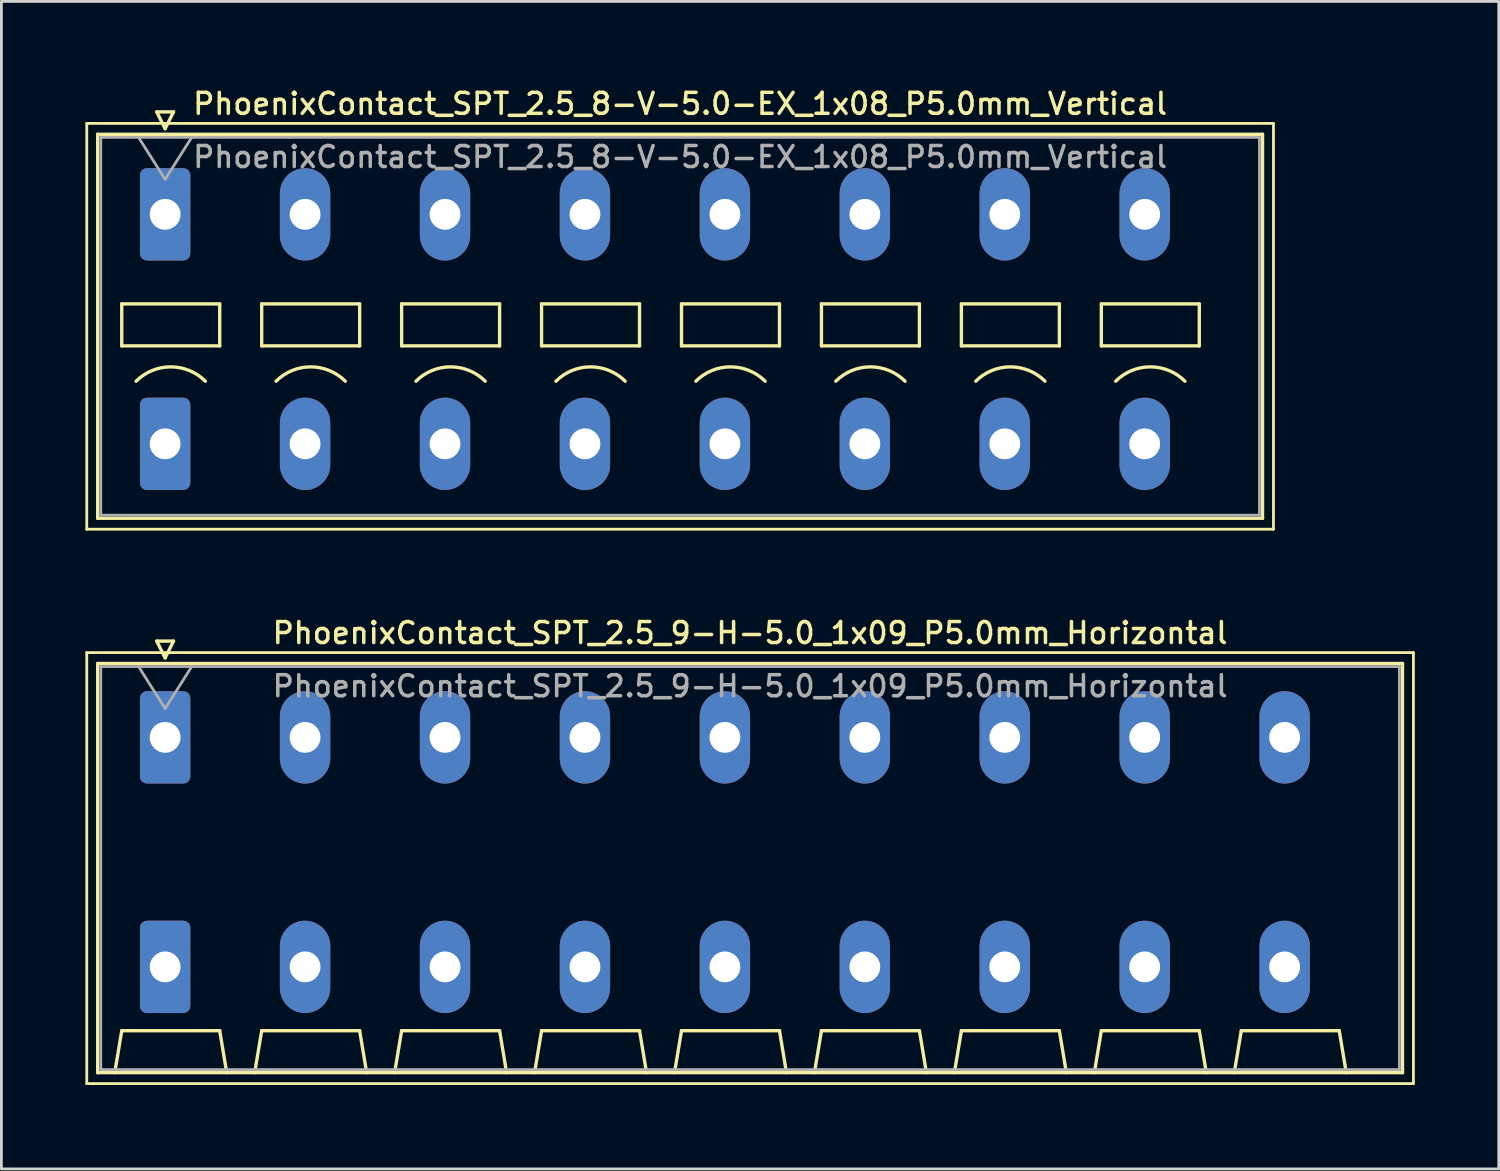
<source format=kicad_pcb>
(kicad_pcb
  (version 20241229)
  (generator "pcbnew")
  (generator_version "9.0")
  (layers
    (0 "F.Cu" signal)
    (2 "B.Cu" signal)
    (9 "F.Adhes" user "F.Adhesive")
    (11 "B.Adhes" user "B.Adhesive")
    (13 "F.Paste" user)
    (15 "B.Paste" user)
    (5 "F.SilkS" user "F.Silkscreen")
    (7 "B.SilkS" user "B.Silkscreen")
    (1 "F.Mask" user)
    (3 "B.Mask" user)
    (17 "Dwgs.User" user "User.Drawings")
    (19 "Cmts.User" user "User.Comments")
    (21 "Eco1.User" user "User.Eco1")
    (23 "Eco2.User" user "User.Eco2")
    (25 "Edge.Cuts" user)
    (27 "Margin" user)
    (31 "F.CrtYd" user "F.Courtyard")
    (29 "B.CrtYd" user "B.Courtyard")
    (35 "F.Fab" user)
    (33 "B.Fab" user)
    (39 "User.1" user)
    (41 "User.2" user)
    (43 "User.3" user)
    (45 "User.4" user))
  (footprint "PhoenixContact_SPT_2.5_9-H-5.0_1x09_P5.0mm_Horizontal"
    (layer "F.Cu")
    (at 2.85 23.296)
    (property "Reference" "PhoenixContact_SPT_2.5_9-H-5.0_1x09_P5.0mm_Horizontal" (at 20.9 -3.73 0) (layer "F.SilkS") (effects (font (size 0.75 0.75) (thickness 0.125))))
    (attr through_hole)
    (fp_line (start -2.8 -3.03) (end -2.8 12.37) (stroke (width 0.1) (type solid)) (layer "F.SilkS"))
    (fp_line (start -2.8 12.37) (end 44.6 12.37) (stroke (width 0.1) (type solid)) (layer "F.SilkS"))
    (fp_line (start -2.41 -2.64) (end 44.21 -2.64) (stroke (width 0.12) (type solid)) (layer "F.SilkS"))
    (fp_line (start -2.41 11.98) (end -2.41 -2.64) (stroke (width 0.12) (type solid)) (layer "F.SilkS"))
    (fp_line (start -1.8 11.98) (end -1.55 10.48) (stroke (width 0.12) (type solid)) (layer "F.SilkS"))
    (fp_line (start -1.55 10.48) (end 1.95 10.48) (stroke (width 0.12) (type solid)) (layer "F.SilkS"))
    (fp_line (start -0.3 -3.44) (end 0 -2.84) (stroke (width 0.12) (type solid)) (layer "F.SilkS"))
    (fp_line (start -0.3 -3.44) (end 0.3 -3.44) (stroke (width 0.12) (type solid)) (layer "F.SilkS"))
    (fp_line (start 0.3 -3.44) (end 0 -2.84) (stroke (width 0.12) (type solid)) (layer "F.SilkS"))
    (fp_line (start 2.2 11.98) (end 1.95 10.48) (stroke (width 0.12) (type solid)) (layer "F.SilkS"))
    (fp_line (start 3.2 11.98) (end 3.45 10.48) (stroke (width 0.12) (type solid)) (layer "F.SilkS"))
    (fp_line (start 3.45 10.48) (end 6.95 10.48) (stroke (width 0.12) (type solid)) (layer "F.SilkS"))
    (fp_line (start 7.2 11.98) (end 6.95 10.48) (stroke (width 0.12) (type solid)) (layer "F.SilkS"))
    (fp_line (start 8.2 11.98) (end 8.45 10.48) (stroke (width 0.12) (type solid)) (layer "F.SilkS"))
    (fp_line (start 8.45 10.48) (end 11.95 10.48) (stroke (width 0.12) (type solid)) (layer "F.SilkS"))
    (fp_line (start 12.2 11.98) (end 11.95 10.48) (stroke (width 0.12) (type solid)) (layer "F.SilkS"))
    (fp_line (start 13.2 11.98) (end 13.45 10.48) (stroke (width 0.12) (type solid)) (layer "F.SilkS"))
    (fp_line (start 13.45 10.48) (end 16.95 10.48) (stroke (width 0.12) (type solid)) (layer "F.SilkS"))
    (fp_line (start 17.2 11.98) (end 16.95 10.48) (stroke (width 0.12) (type solid)) (layer "F.SilkS"))
    (fp_line (start 18.2 11.98) (end 18.45 10.48) (stroke (width 0.12) (type solid)) (layer "F.SilkS"))
    (fp_line (start 18.45 10.48) (end 21.95 10.48) (stroke (width 0.12) (type solid)) (layer "F.SilkS"))
    (fp_line (start 22.2 11.98) (end 21.95 10.48) (stroke (width 0.12) (type solid)) (layer "F.SilkS"))
    (fp_line (start 23.2 11.98) (end 23.45 10.48) (stroke (width 0.12) (type solid)) (layer "F.SilkS"))
    (fp_line (start 23.45 10.48) (end 26.95 10.48) (stroke (width 0.12) (type solid)) (layer "F.SilkS"))
    (fp_line (start 27.2 11.98) (end 26.95 10.48) (stroke (width 0.12) (type solid)) (layer "F.SilkS"))
    (fp_line (start 28.2 11.98) (end 28.45 10.48) (stroke (width 0.12) (type solid)) (layer "F.SilkS"))
    (fp_line (start 28.45 10.48) (end 31.95 10.48) (stroke (width 0.12) (type solid)) (layer "F.SilkS"))
    (fp_line (start 32.2 11.98) (end 31.95 10.48) (stroke (width 0.12) (type solid)) (layer "F.SilkS"))
    (fp_line (start 33.2 11.98) (end 33.45 10.48) (stroke (width 0.12) (type solid)) (layer "F.SilkS"))
    (fp_line (start 33.45 10.48) (end 36.95 10.48) (stroke (width 0.12) (type solid)) (layer "F.SilkS"))
    (fp_line (start 37.2 11.98) (end 36.95 10.48) (stroke (width 0.12) (type solid)) (layer "F.SilkS"))
    (fp_line (start 38.2 11.98) (end 38.45 10.48) (stroke (width 0.12) (type solid)) (layer "F.SilkS"))
    (fp_line (start 38.45 10.48) (end 41.95 10.48) (stroke (width 0.12) (type solid)) (layer "F.SilkS"))
    (fp_line (start 42.2 11.98) (end 41.95 10.48) (stroke (width 0.12) (type solid)) (layer "F.SilkS"))
    (fp_line (start 44.21 -2.64) (end 44.21 11.98) (stroke (width 0.12) (type solid)) (layer "F.SilkS"))
    (fp_line (start 44.21 11.98) (end -2.41 11.98) (stroke (width 0.12) (type solid)) (layer "F.SilkS"))
    (fp_line (start 44.6 -3.03) (end -2.8 -3.03) (stroke (width 0.1) (type solid)) (layer "F.SilkS"))
    (fp_line (start 44.6 12.37) (end 44.6 -3.03) (stroke (width 0.1) (type solid)) (layer "F.SilkS"))
    (fp_line (start -2.3 -2.53) (end -2.3 11.87) (stroke (width 0.1) (type solid)) (layer "F.Fab"))
    (fp_line (start -2.3 11.87) (end 44.1 11.87) (stroke (width 0.1) (type solid)) (layer "F.Fab"))
    (fp_line (start -0.95 -2.53) (end 0 -1.03) (stroke (width 0.1) (type solid)) (layer "F.Fab"))
    (fp_line (start 0.95 -2.53) (end 0 -1.03) (stroke (width 0.1) (type solid)) (layer "F.Fab"))
    (fp_line (start 44.1 -2.53) (end -2.3 -2.53) (stroke (width 0.1) (type solid)) (layer "F.Fab"))
    (fp_line (start 44.1 11.87) (end 44.1 -2.53) (stroke (width 0.1) (type solid)) (layer "F.Fab"))
    (fp_text user "${REFERENCE}" (at 20.9 -1.83 0) (layer "F.Fab") (effects (font (size 0.75 0.75) (thickness 0.125))))
    (pad "1" thru_hole roundrect (at 0 0) (size 1.8 3.3) (drill 1.1) (layers "*.Cu" "*.Mask") (roundrect_rratio 0.139))
    (pad "1" thru_hole roundrect (at 0 8.2) (size 1.8 3.3) (drill 1.1) (layers "*.Cu" "*.Mask") (roundrect_rratio 0.139))
    (pad "2" thru_hole oval (at 5 0) (size 1.8 3.3) (drill 1.1) (layers "*.Cu" "*.Mask"))
    (pad "2" thru_hole oval (at 5 8.2) (size 1.8 3.3) (drill 1.1) (layers "*.Cu" "*.Mask"))
    (pad "3" thru_hole oval (at 10 0) (size 1.8 3.3) (drill 1.1) (layers "*.Cu" "*.Mask"))
    (pad "3" thru_hole oval (at 10 8.2) (size 1.8 3.3) (drill 1.1) (layers "*.Cu" "*.Mask"))
    (pad "4" thru_hole oval (at 15 0) (size 1.8 3.3) (drill 1.1) (layers "*.Cu" "*.Mask"))
    (pad "4" thru_hole oval (at 15 8.2) (size 1.8 3.3) (drill 1.1) (layers "*.Cu" "*.Mask"))
    (pad "5" thru_hole oval (at 20 0) (size 1.8 3.3) (drill 1.1) (layers "*.Cu" "*.Mask"))
    (pad "5" thru_hole oval (at 20 8.2) (size 1.8 3.3) (drill 1.1) (layers "*.Cu" "*.Mask"))
    (pad "6" thru_hole oval (at 25 0) (size 1.8 3.3) (drill 1.1) (layers "*.Cu" "*.Mask"))
    (pad "6" thru_hole oval (at 25 8.2) (size 1.8 3.3) (drill 1.1) (layers "*.Cu" "*.Mask"))
    (pad "7" thru_hole oval (at 30 0) (size 1.8 3.3) (drill 1.1) (layers "*.Cu" "*.Mask"))
    (pad "7" thru_hole oval (at 30 8.2) (size 1.8 3.3) (drill 1.1) (layers "*.Cu" "*.Mask"))
    (pad "8" thru_hole oval (at 35 0) (size 1.8 3.3) (drill 1.1) (layers "*.Cu" "*.Mask"))
    (pad "8" thru_hole oval (at 35 8.2) (size 1.8 3.3) (drill 1.1) (layers "*.Cu" "*.Mask"))
    (pad "9" thru_hole oval (at 40 0) (size 1.8 3.3) (drill 1.1) (layers "*.Cu" "*.Mask"))
    (pad "9" thru_hole oval (at 40 8.2) (size 1.8 3.3) (drill 1.1) (layers "*.Cu" "*.Mask")))
  (footprint "PhoenixContact_SPT_2.5_8-V-5.0-EX_1x08_P5.0mm_Vertical"
    (layer "F.Cu")
    (at 2.85 4.608)
    (property "Reference" "PhoenixContact_SPT_2.5_8-V-5.0-EX_1x08_P5.0mm_Vertical" (at 18.4 -3.95 0) (layer "F.SilkS") (effects (font (size 0.75 0.75) (thickness 0.125))))
    (attr through_hole)
    (fp_line (start -2.8 -3.25) (end -2.8 11.25) (stroke (width 0.1) (type solid)) (layer "F.SilkS"))
    (fp_line (start -2.8 11.25) (end 39.6 11.25) (stroke (width 0.1) (type solid)) (layer "F.SilkS"))
    (fp_line (start -2.41 -2.86) (end 39.21 -2.86) (stroke (width 0.12) (type solid)) (layer "F.SilkS"))
    (fp_line (start -2.41 10.86) (end -2.41 -2.86) (stroke (width 0.12) (type solid)) (layer "F.SilkS"))
    (fp_line (start -1.55 3.2) (end -1.55 4.7) (stroke (width 0.12) (type solid)) (layer "F.SilkS"))
    (fp_line (start -1.55 4.7) (end 1.95 4.7) (stroke (width 0.12) (type solid)) (layer "F.SilkS"))
    (fp_line (start -0.3 -3.66) (end 0 -3.06) (stroke (width 0.12) (type solid)) (layer "F.SilkS"))
    (fp_line (start -0.3 -3.66) (end 0.3 -3.66) (stroke (width 0.12) (type solid)) (layer "F.SilkS"))
    (fp_line (start 0.3 -3.66) (end 0 -3.06) (stroke (width 0.12) (type solid)) (layer "F.SilkS"))
    (fp_line (start 1.95 3.2) (end -1.55 3.2) (stroke (width 0.12) (type solid)) (layer "F.SilkS"))
    (fp_line (start 1.95 4.7) (end 1.95 3.2) (stroke (width 0.12) (type solid)) (layer "F.SilkS"))
    (fp_line (start 3.45 3.2) (end 3.45 4.7) (stroke (width 0.12) (type solid)) (layer "F.SilkS"))
    (fp_line (start 3.45 4.7) (end 6.95 4.7) (stroke (width 0.12) (type solid)) (layer "F.SilkS"))
    (fp_line (start 6.95 3.2) (end 3.45 3.2) (stroke (width 0.12) (type solid)) (layer "F.SilkS"))
    (fp_line (start 6.95 4.7) (end 6.95 3.2) (stroke (width 0.12) (type solid)) (layer "F.SilkS"))
    (fp_line (start 8.45 3.2) (end 8.45 4.7) (stroke (width 0.12) (type solid)) (layer "F.SilkS"))
    (fp_line (start 8.45 4.7) (end 11.95 4.7) (stroke (width 0.12) (type solid)) (layer "F.SilkS"))
    (fp_line (start 11.95 3.2) (end 8.45 3.2) (stroke (width 0.12) (type solid)) (layer "F.SilkS"))
    (fp_line (start 11.95 4.7) (end 11.95 3.2) (stroke (width 0.12) (type solid)) (layer "F.SilkS"))
    (fp_line (start 13.45 3.2) (end 13.45 4.7) (stroke (width 0.12) (type solid)) (layer "F.SilkS"))
    (fp_line (start 13.45 4.7) (end 16.95 4.7) (stroke (width 0.12) (type solid)) (layer "F.SilkS"))
    (fp_line (start 16.95 3.2) (end 13.45 3.2) (stroke (width 0.12) (type solid)) (layer "F.SilkS"))
    (fp_line (start 16.95 4.7) (end 16.95 3.2) (stroke (width 0.12) (type solid)) (layer "F.SilkS"))
    (fp_line (start 18.45 3.2) (end 18.45 4.7) (stroke (width 0.12) (type solid)) (layer "F.SilkS"))
    (fp_line (start 18.45 4.7) (end 21.95 4.7) (stroke (width 0.12) (type solid)) (layer "F.SilkS"))
    (fp_line (start 21.95 3.2) (end 18.45 3.2) (stroke (width 0.12) (type solid)) (layer "F.SilkS"))
    (fp_line (start 21.95 4.7) (end 21.95 3.2) (stroke (width 0.12) (type solid)) (layer "F.SilkS"))
    (fp_line (start 23.45 3.2) (end 23.45 4.7) (stroke (width 0.12) (type solid)) (layer "F.SilkS"))
    (fp_line (start 23.45 4.7) (end 26.95 4.7) (stroke (width 0.12) (type solid)) (layer "F.SilkS"))
    (fp_line (start 26.95 3.2) (end 23.45 3.2) (stroke (width 0.12) (type solid)) (layer "F.SilkS"))
    (fp_line (start 26.95 4.7) (end 26.95 3.2) (stroke (width 0.12) (type solid)) (layer "F.SilkS"))
    (fp_line (start 28.45 3.2) (end 28.45 4.7) (stroke (width 0.12) (type solid)) (layer "F.SilkS"))
    (fp_line (start 28.45 4.7) (end 31.95 4.7) (stroke (width 0.12) (type solid)) (layer "F.SilkS"))
    (fp_line (start 31.95 3.2) (end 28.45 3.2) (stroke (width 0.12) (type solid)) (layer "F.SilkS"))
    (fp_line (start 31.95 4.7) (end 31.95 3.2) (stroke (width 0.12) (type solid)) (layer "F.SilkS"))
    (fp_line (start 33.45 3.2) (end 33.45 4.7) (stroke (width 0.12) (type solid)) (layer "F.SilkS"))
    (fp_line (start 33.45 4.7) (end 36.95 4.7) (stroke (width 0.12) (type solid)) (layer "F.SilkS"))
    (fp_line (start 36.95 3.2) (end 33.45 3.2) (stroke (width 0.12) (type solid)) (layer "F.SilkS"))
    (fp_line (start 36.95 4.7) (end 36.95 3.2) (stroke (width 0.12) (type solid)) (layer "F.SilkS"))
    (fp_line (start 39.21 -2.86) (end 39.21 10.86) (stroke (width 0.12) (type solid)) (layer "F.SilkS"))
    (fp_line (start 39.21 10.86) (end -2.41 10.86) (stroke (width 0.12) (type solid)) (layer "F.SilkS"))
    (fp_line (start 39.6 -3.25) (end -2.8 -3.25) (stroke (width 0.1) (type solid)) (layer "F.SilkS"))
    (fp_line (start 39.6 11.25) (end 39.6 -3.25) (stroke (width 0.1) (type solid)) (layer "F.SilkS"))
    (fp_arc (start -1.037437 5.962563) (mid 0.2 5.45) (end 1.437437 5.962563) (stroke (width 0.12) (type solid)) (layer "F.SilkS"))
    (fp_arc (start 3.962563 5.962563) (mid 5.2 5.45) (end 6.437437 5.962563) (stroke (width 0.12) (type solid)) (layer "F.SilkS"))
    (fp_arc (start 8.962563 5.962563) (mid 10.2 5.45) (end 11.437437 5.962563) (stroke (width 0.12) (type solid)) (layer "F.SilkS"))
    (fp_arc (start 13.962563 5.962563) (mid 15.2 5.45) (end 16.437437 5.962563) (stroke (width 0.12) (type solid)) (layer "F.SilkS"))
    (fp_arc (start 18.962563 5.962563) (mid 20.2 5.45) (end 21.437437 5.962563) (stroke (width 0.12) (type solid)) (layer "F.SilkS"))
    (fp_arc (start 23.962563 5.962563) (mid 25.2 5.45) (end 26.437437 5.962563) (stroke (width 0.12) (type solid)) (layer "F.SilkS"))
    (fp_arc (start 28.962563 5.962563) (mid 30.2 5.45) (end 31.437437 5.962563) (stroke (width 0.12) (type solid)) (layer "F.SilkS"))
    (fp_arc (start 33.962563 5.962563) (mid 35.2 5.45) (end 36.437437 5.962563) (stroke (width 0.12) (type solid)) (layer "F.SilkS"))
    (fp_line (start -2.3 -2.75) (end -2.3 10.75) (stroke (width 0.1) (type solid)) (layer "F.Fab"))
    (fp_line (start -2.3 10.75) (end 39.1 10.75) (stroke (width 0.1) (type solid)) (layer "F.Fab"))
    (fp_line (start -0.95 -2.75) (end 0 -1.25) (stroke (width 0.1) (type solid)) (layer "F.Fab"))
    (fp_line (start 0.95 -2.75) (end 0 -1.25) (stroke (width 0.1) (type solid)) (layer "F.Fab"))
    (fp_line (start 39.1 -2.75) (end -2.3 -2.75) (stroke (width 0.1) (type solid)) (layer "F.Fab"))
    (fp_line (start 39.1 10.75) (end 39.1 -2.75) (stroke (width 0.1) (type solid)) (layer "F.Fab"))
    (fp_text user "${REFERENCE}" (at 18.4 -2.05 0) (layer "F.Fab") (effects (font (size 0.75 0.75) (thickness 0.125))))
    (pad "1" thru_hole roundrect (at 0 0) (size 1.8 3.3) (drill 1.1) (layers "*.Cu" "*.Mask") (roundrect_rratio 0.139))
    (pad "1" thru_hole roundrect (at 0 8.2) (size 1.8 3.3) (drill 1.1) (layers "*.Cu" "*.Mask") (roundrect_rratio 0.139))
    (pad "2" thru_hole oval (at 5 0) (size 1.8 3.3) (drill 1.1) (layers "*.Cu" "*.Mask"))
    (pad "2" thru_hole oval (at 5 8.2) (size 1.8 3.3) (drill 1.1) (layers "*.Cu" "*.Mask"))
    (pad "3" thru_hole oval (at 10 0) (size 1.8 3.3) (drill 1.1) (layers "*.Cu" "*.Mask"))
    (pad "3" thru_hole oval (at 10 8.2) (size 1.8 3.3) (drill 1.1) (layers "*.Cu" "*.Mask"))
    (pad "4" thru_hole oval (at 15 0) (size 1.8 3.3) (drill 1.1) (layers "*.Cu" "*.Mask"))
    (pad "4" thru_hole oval (at 15 8.2) (size 1.8 3.3) (drill 1.1) (layers "*.Cu" "*.Mask"))
    (pad "5" thru_hole oval (at 20 0) (size 1.8 3.3) (drill 1.1) (layers "*.Cu" "*.Mask"))
    (pad "5" thru_hole oval (at 20 8.2) (size 1.8 3.3) (drill 1.1) (layers "*.Cu" "*.Mask"))
    (pad "6" thru_hole oval (at 25 0) (size 1.8 3.3) (drill 1.1) (layers "*.Cu" "*.Mask"))
    (pad "6" thru_hole oval (at 25 8.2) (size 1.8 3.3) (drill 1.1) (layers "*.Cu" "*.Mask"))
    (pad "7" thru_hole oval (at 30 0) (size 1.8 3.3) (drill 1.1) (layers "*.Cu" "*.Mask"))
    (pad "7" thru_hole oval (at 30 8.2) (size 1.8 3.3) (drill 1.1) (layers "*.Cu" "*.Mask"))
    (pad "8" thru_hole oval (at 35 0) (size 1.8 3.3) (drill 1.1) (layers "*.Cu" "*.Mask"))
    (pad "8" thru_hole oval (at 35 8.2) (size 1.8 3.3) (drill 1.1) (layers "*.Cu" "*.Mask")))
  (gr_rect
    (start -3 -3)
    (end 50.5 38.716)
    (stroke (width 0.1) (type default))
    (fill no)
    (layer "Edge.Cuts")))
</source>
